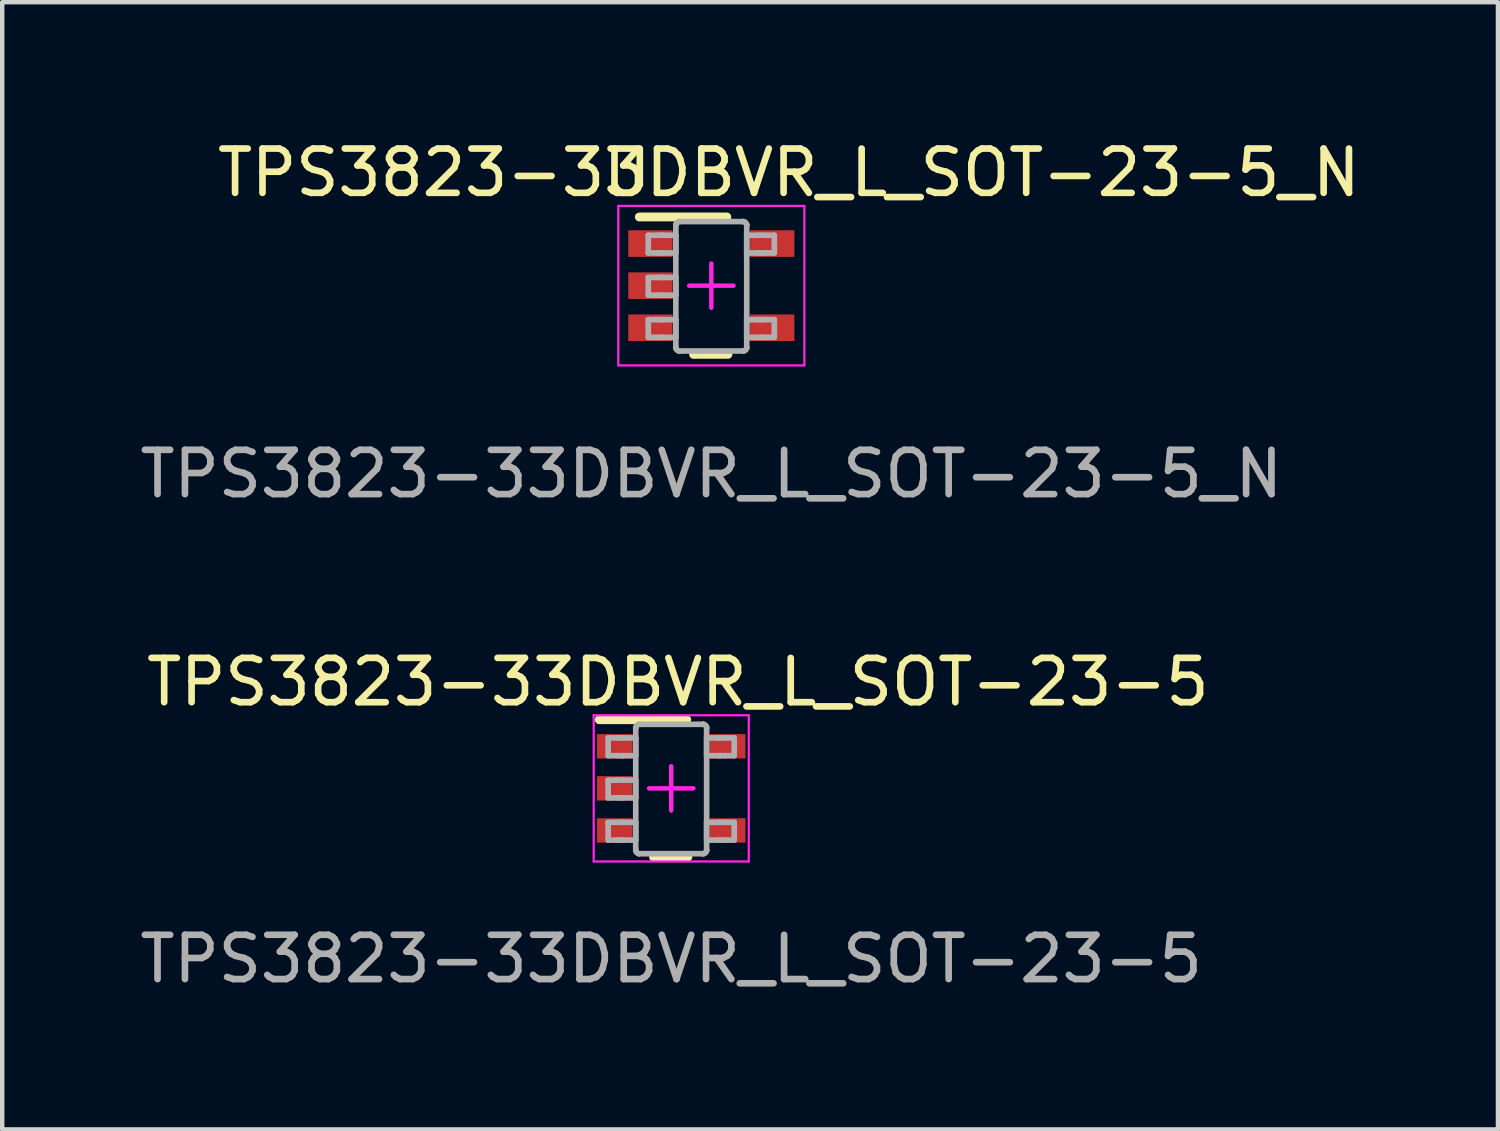
<source format=kicad_pcb>
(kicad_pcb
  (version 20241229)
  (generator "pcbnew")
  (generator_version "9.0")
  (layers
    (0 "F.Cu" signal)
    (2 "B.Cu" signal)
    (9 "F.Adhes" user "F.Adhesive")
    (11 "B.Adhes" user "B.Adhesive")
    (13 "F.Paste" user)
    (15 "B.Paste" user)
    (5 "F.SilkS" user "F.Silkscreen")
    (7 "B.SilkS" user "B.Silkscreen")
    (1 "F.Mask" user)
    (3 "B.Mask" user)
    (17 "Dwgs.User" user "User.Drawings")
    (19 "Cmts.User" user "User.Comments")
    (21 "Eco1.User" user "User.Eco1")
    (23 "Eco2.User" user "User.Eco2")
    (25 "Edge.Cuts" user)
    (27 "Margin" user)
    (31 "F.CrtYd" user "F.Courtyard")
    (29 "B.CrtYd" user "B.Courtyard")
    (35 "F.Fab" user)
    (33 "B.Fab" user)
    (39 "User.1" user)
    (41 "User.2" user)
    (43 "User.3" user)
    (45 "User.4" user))
  (footprint "TPS3823-33DBVR_L_SOT-23-5"
    (layer "F.Cu")
    (at 12.101 14.745)
    (property "Reference" "TPS3823-33DBVR_L_SOT-23-5" (at 0.15 -2.4 0) (unlocked yes) (layer "F.SilkS") (effects (font (size 1 1) (thickness 0.15))))
    (attr smd)
    (fp_line (start -1.625 -1.55) (end 0.35 -1.55) (stroke (width 0.2) (type solid)) (layer "F.SilkS"))
    (fp_line (start -0.4 1.55) (end 0.375 1.55) (stroke (width 0.2) (type solid)) (layer "F.SilkS"))
    (fp_line (start -1.75 -1.65) (end 1.75 -1.65) (stroke (width 0.05) (type solid)) (layer "F.CrtYd"))
    (fp_line (start -1.75 1.65) (end -1.75 -1.65) (stroke (width 0.05) (type solid)) (layer "F.CrtYd"))
    (fp_line (start -1.75 1.65) (end 1.75 1.65) (stroke (width 0.05) (type solid)) (layer "F.CrtYd"))
    (fp_line (start -0.5 0) (end 0.5 0) (stroke (width 0.1) (type solid)) (layer "F.CrtYd"))
    (fp_line (start 0 0.5) (end 0 -0.5) (stroke (width 0.1) (type solid)) (layer "F.CrtYd"))
    (fp_line (start 1.75 1.65) (end 1.75 -1.65) (stroke (width 0.05) (type solid)) (layer "F.CrtYd"))
    (fp_line (start -1.423 -1.138) (end -1.199 -1.138) (stroke (width 0.127) (type solid)) (layer "F.Fab"))
    (fp_line (start -1.423 -0.738) (end -1.423 -1.138) (stroke (width 0.127) (type solid)) (layer "F.Fab"))
    (fp_line (start -1.423 -0.738) (end -1.199 -0.738) (stroke (width 0.127) (type solid)) (layer "F.Fab"))
    (fp_line (start -1.423 -0.186) (end -1.199 -0.186) (stroke (width 0.127) (type solid)) (layer "F.Fab"))
    (fp_line (start -1.423 0.215) (end -1.423 -0.186) (stroke (width 0.127) (type solid)) (layer "F.Fab"))
    (fp_line (start -1.423 0.215) (end -1.199 0.215) (stroke (width 0.127) (type solid)) (layer "F.Fab"))
    (fp_line (start -1.423 0.767) (end -1.199 0.767) (stroke (width 0.127) (type solid)) (layer "F.Fab"))
    (fp_line (start -1.423 1.167) (end -1.423 0.767) (stroke (width 0.127) (type solid)) (layer "F.Fab"))
    (fp_line (start -1.423 1.167) (end -1.199 1.167) (stroke (width 0.127) (type solid)) (layer "F.Fab"))
    (fp_line (start -1.199 -1.138) (end -1.105 -1.138) (stroke (width 0.127) (type solid)) (layer "F.Fab"))
    (fp_line (start -1.199 -0.738) (end -1.105 -0.738) (stroke (width 0.127) (type solid)) (layer "F.Fab"))
    (fp_line (start -1.199 -0.186) (end -1.105 -0.186) (stroke (width 0.127) (type solid)) (layer "F.Fab"))
    (fp_line (start -1.199 0.215) (end -1.105 0.215) (stroke (width 0.127) (type solid)) (layer "F.Fab"))
    (fp_line (start -1.199 0.767) (end -1.105 0.767) (stroke (width 0.127) (type solid)) (layer "F.Fab"))
    (fp_line (start -1.199 1.167) (end -1.105 1.167) (stroke (width 0.127) (type solid)) (layer "F.Fab"))
    (fp_line (start -1.105 -1.138) (end -1.088 -1.138) (stroke (width 0.127) (type solid)) (layer "F.Fab"))
    (fp_line (start -1.105 -0.738) (end -1.088 -0.738) (stroke (width 0.127) (type solid)) (layer "F.Fab"))
    (fp_line (start -1.105 -0.186) (end -1.088 -0.186) (stroke (width 0.127) (type solid)) (layer "F.Fab"))
    (fp_line (start -1.105 0.215) (end -1.088 0.215) (stroke (width 0.127) (type solid)) (layer "F.Fab"))
    (fp_line (start -1.105 0.767) (end -1.088 0.767) (stroke (width 0.127) (type solid)) (layer "F.Fab"))
    (fp_line (start -1.105 1.167) (end -1.088 1.167) (stroke (width 0.127) (type solid)) (layer "F.Fab"))
    (fp_line (start -1.088 -1.138) (end -0.835 -1.138) (stroke (width 0.127) (type solid)) (layer "F.Fab"))
    (fp_line (start -1.088 -0.738) (end -0.835 -0.738) (stroke (width 0.127) (type solid)) (layer "F.Fab"))
    (fp_line (start -1.088 -0.186) (end -0.835 -0.186) (stroke (width 0.127) (type solid)) (layer "F.Fab"))
    (fp_line (start -1.088 0.215) (end -0.835 0.215) (stroke (width 0.127) (type solid)) (layer "F.Fab"))
    (fp_line (start -1.088 0.767) (end -0.835 0.767) (stroke (width 0.127) (type solid)) (layer "F.Fab"))
    (fp_line (start -1.088 1.167) (end -0.835 1.167) (stroke (width 0.127) (type solid)) (layer "F.Fab"))
    (fp_line (start -0.835 -1.138) (end -0.801 -1.138) (stroke (width 0.127) (type solid)) (layer "F.Fab"))
    (fp_line (start -0.835 -0.738) (end -0.801 -0.738) (stroke (width 0.127) (type solid)) (layer "F.Fab"))
    (fp_line (start -0.835 -0.186) (end -0.801 -0.186) (stroke (width 0.127) (type solid)) (layer "F.Fab"))
    (fp_line (start -0.835 0.215) (end -0.801 0.215) (stroke (width 0.127) (type solid)) (layer "F.Fab"))
    (fp_line (start -0.835 0.767) (end -0.801 0.767) (stroke (width 0.127) (type solid)) (layer "F.Fab"))
    (fp_line (start -0.835 1.167) (end -0.801 1.167) (stroke (width 0.127) (type solid)) (layer "F.Fab"))
    (fp_line (start -0.801 -1.37) (end -0.801 -1.371) (stroke (width 0.127) (type solid)) (layer "F.Fab"))
    (fp_line (start -0.801 -0.738) (end -0.801 -1.138) (stroke (width 0.127) (type solid)) (layer "F.Fab"))
    (fp_line (start -0.801 0.215) (end -0.801 -0.186) (stroke (width 0.127) (type solid)) (layer "F.Fab"))
    (fp_line (start -0.801 1.167) (end -0.801 0.767) (stroke (width 0.127) (type solid)) (layer "F.Fab"))
    (fp_line (start -0.801 1.399) (end -0.801 -1.37) (stroke (width 0.127) (type solid)) (layer "F.Fab"))
    (fp_line (start -0.801 1.4) (end -0.801 1.399) (stroke (width 0.127) (type solid)) (layer "F.Fab"))
    (fp_line (start -0.725 -1.446) (end -0.725 -1.446) (stroke (width 0.127) (type solid)) (layer "F.Fab"))
    (fp_line (start -0.725 1.475) (end -0.725 1.475) (stroke (width 0.127) (type solid)) (layer "F.Fab"))
    (fp_line (start -0.725 -1.446) (end 0.723 -1.446) (stroke (width 0.127) (type solid)) (layer "F.Fab"))
    (fp_line (start -0.725 1.475) (end 0.723 1.475) (stroke (width 0.127) (type solid)) (layer "F.Fab"))
    (fp_line (start 0.723 -1.446) (end 0.724 -1.446) (stroke (width 0.127) (type solid)) (layer "F.Fab"))
    (fp_line (start 0.723 1.475) (end 0.724 1.475) (stroke (width 0.127) (type solid)) (layer "F.Fab"))
    (fp_line (start 0.799 -1.37) (end 0.799 -1.371) (stroke (width 0.127) (type solid)) (layer "F.Fab"))
    (fp_line (start 0.799 -1.138) (end 0.834 -1.138) (stroke (width 0.127) (type solid)) (layer "F.Fab"))
    (fp_line (start 0.799 -0.738) (end 0.799 -1.138) (stroke (width 0.127) (type solid)) (layer "F.Fab"))
    (fp_line (start 0.799 -0.738) (end 0.834 -0.738) (stroke (width 0.127) (type solid)) (layer "F.Fab"))
    (fp_line (start 0.799 0.767) (end 0.834 0.767) (stroke (width 0.127) (type solid)) (layer "F.Fab"))
    (fp_line (start 0.799 1.167) (end 0.799 0.767) (stroke (width 0.127) (type solid)) (layer "F.Fab"))
    (fp_line (start 0.799 1.167) (end 0.834 1.167) (stroke (width 0.127) (type solid)) (layer "F.Fab"))
    (fp_line (start 0.799 1.399) (end 0.799 -1.37) (stroke (width 0.127) (type solid)) (layer "F.Fab"))
    (fp_line (start 0.799 1.4) (end 0.799 1.399) (stroke (width 0.127) (type solid)) (layer "F.Fab"))
    (fp_line (start 0.834 -1.138) (end 1.087 -1.138) (stroke (width 0.127) (type solid)) (layer "F.Fab"))
    (fp_line (start 0.834 -0.738) (end 1.087 -0.738) (stroke (width 0.127) (type solid)) (layer "F.Fab"))
    (fp_line (start 0.834 0.767) (end 1.087 0.767) (stroke (width 0.127) (type solid)) (layer "F.Fab"))
    (fp_line (start 0.834 1.167) (end 1.087 1.167) (stroke (width 0.127) (type solid)) (layer "F.Fab"))
    (fp_line (start 1.087 -1.138) (end 1.103 -1.138) (stroke (width 0.127) (type solid)) (layer "F.Fab"))
    (fp_line (start 1.087 -0.738) (end 1.103 -0.738) (stroke (width 0.127) (type solid)) (layer "F.Fab"))
    (fp_line (start 1.087 0.767) (end 1.103 0.767) (stroke (width 0.127) (type solid)) (layer "F.Fab"))
    (fp_line (start 1.087 1.167) (end 1.103 1.167) (stroke (width 0.127) (type solid)) (layer "F.Fab"))
    (fp_line (start 1.103 -1.138) (end 1.198 -1.138) (stroke (width 0.127) (type solid)) (layer "F.Fab"))
    (fp_line (start 1.103 -0.738) (end 1.198 -0.738) (stroke (width 0.127) (type solid)) (layer "F.Fab"))
    (fp_line (start 1.103 0.767) (end 1.198 0.767) (stroke (width 0.127) (type solid)) (layer "F.Fab"))
    (fp_line (start 1.103 1.167) (end 1.198 1.167) (stroke (width 0.127) (type solid)) (layer "F.Fab"))
    (fp_line (start 1.198 -1.138) (end 1.422 -1.138) (stroke (width 0.127) (type solid)) (layer "F.Fab"))
    (fp_line (start 1.198 -0.738) (end 1.422 -0.738) (stroke (width 0.127) (type solid)) (layer "F.Fab"))
    (fp_line (start 1.198 0.767) (end 1.422 0.767) (stroke (width 0.127) (type solid)) (layer "F.Fab"))
    (fp_line (start 1.198 1.167) (end 1.422 1.167) (stroke (width 0.127) (type solid)) (layer "F.Fab"))
    (fp_line (start 1.422 -0.738) (end 1.422 -1.138) (stroke (width 0.127) (type solid)) (layer "F.Fab"))
    (fp_line (start 1.422 1.167) (end 1.422 0.767) (stroke (width 0.127) (type solid)) (layer "F.Fab"))
    (fp_arc (start -0.80074 -1.37084) (mid -0.778218 -1.423887) (end -0.724999 -1.445998) (stroke (width 0.127) (type solid)) (layer "F.Fab"))
    (fp_arc (start -0.724999 1.475) (mid -0.778213 1.452901) (end -0.80074 1.399867) (stroke (width 0.127) (type solid)) (layer "F.Fab"))
    (fp_arc (start 0.723714 -1.445998) (mid 0.776933 -1.423887) (end 0.799455 -1.37084) (stroke (width 0.127) (type solid)) (layer "F.Fab"))
    (fp_arc (start 0.799455 1.399868) (mid 0.776927 1.452901) (end 0.723713 1.475) (stroke (width 0.127) (type solid)) (layer "F.Fab"))
    (fp_text user "${REFERENCE}" (at 0 3.85 0) (unlocked yes) (layer "F.Fab") (effects (font (size 1 1) (thickness 0.15))))
    (pad "1" smd rect (at -1.275 -0.95 90) (size 0.55 0.8) (layers "F.Cu" "F.Mask" "F.Paste"))
    (pad "2" smd rect (at -1.275 0 90) (size 0.55 0.8) (layers "F.Cu" "F.Mask" "F.Paste"))
    (pad "3" smd rect (at -1.275 0.95 90) (size 0.55 0.8) (layers "F.Cu" "F.Mask" "F.Paste"))
    (pad "4" smd rect (at 1.275 0.95 90) (size 0.55 0.8) (layers "F.Cu" "F.Mask" "F.Paste"))
    (pad "5" smd rect (at 1.275 -0.95 90) (size 0.55 0.8) (layers "F.Cu" "F.Mask" "F.Paste")))
  (footprint "TPS3823-33DBVR_L_SOT-23-5_N"
    (layer "F.Cu")
    (at 13.006 3.398)
    (property "Reference" "TPS3823-33DBVR_L_SOT-23-5_N" (at 1.75 -2.55 0) (unlocked yes) (layer "F.SilkS") (effects (font (size 1 1) (thickness 0.15))))
    (attr smd)
    (fp_line (start -1.625 -1.55) (end 0.35 -1.55) (stroke (width 0.2) (type solid)) (layer "F.SilkS"))
    (fp_line (start -0.4 1.55) (end 0.375 1.55) (stroke (width 0.2) (type solid)) (layer "F.SilkS"))
    (fp_line (start -2.1 -1.8) (end 2.1 -1.8) (stroke (width 0.05) (type solid)) (layer "F.CrtYd"))
    (fp_line (start -2.1 1.8) (end -2.1 -1.8) (stroke (width 0.05) (type solid)) (layer "F.CrtYd"))
    (fp_line (start -2.1 1.8) (end 2.1 1.8) (stroke (width 0.05) (type solid)) (layer "F.CrtYd"))
    (fp_line (start -0.5 0) (end 0.5 0) (stroke (width 0.1) (type solid)) (layer "F.CrtYd"))
    (fp_line (start 0 0.5) (end 0 -0.5) (stroke (width 0.1) (type solid)) (layer "F.CrtYd"))
    (fp_line (start 2.1 1.8) (end 2.1 -1.8) (stroke (width 0.05) (type solid)) (layer "F.CrtYd"))
    (fp_line (start -1.423 -1.138) (end -1.199 -1.138) (stroke (width 0.127) (type solid)) (layer "F.Fab"))
    (fp_line (start -1.423 -0.738) (end -1.423 -1.138) (stroke (width 0.127) (type solid)) (layer "F.Fab"))
    (fp_line (start -1.423 -0.738) (end -1.199 -0.738) (stroke (width 0.127) (type solid)) (layer "F.Fab"))
    (fp_line (start -1.423 -0.186) (end -1.199 -0.186) (stroke (width 0.127) (type solid)) (layer "F.Fab"))
    (fp_line (start -1.423 0.215) (end -1.423 -0.186) (stroke (width 0.127) (type solid)) (layer "F.Fab"))
    (fp_line (start -1.423 0.215) (end -1.199 0.215) (stroke (width 0.127) (type solid)) (layer "F.Fab"))
    (fp_line (start -1.423 0.767) (end -1.199 0.767) (stroke (width 0.127) (type solid)) (layer "F.Fab"))
    (fp_line (start -1.423 1.167) (end -1.423 0.767) (stroke (width 0.127) (type solid)) (layer "F.Fab"))
    (fp_line (start -1.423 1.167) (end -1.199 1.167) (stroke (width 0.127) (type solid)) (layer "F.Fab"))
    (fp_line (start -1.199 -1.138) (end -1.105 -1.138) (stroke (width 0.127) (type solid)) (layer "F.Fab"))
    (fp_line (start -1.199 -0.738) (end -1.105 -0.738) (stroke (width 0.127) (type solid)) (layer "F.Fab"))
    (fp_line (start -1.199 -0.186) (end -1.105 -0.186) (stroke (width 0.127) (type solid)) (layer "F.Fab"))
    (fp_line (start -1.199 0.215) (end -1.105 0.215) (stroke (width 0.127) (type solid)) (layer "F.Fab"))
    (fp_line (start -1.199 0.767) (end -1.105 0.767) (stroke (width 0.127) (type solid)) (layer "F.Fab"))
    (fp_line (start -1.199 1.167) (end -1.105 1.167) (stroke (width 0.127) (type solid)) (layer "F.Fab"))
    (fp_line (start -1.105 -1.138) (end -1.088 -1.138) (stroke (width 0.127) (type solid)) (layer "F.Fab"))
    (fp_line (start -1.105 -0.738) (end -1.088 -0.738) (stroke (width 0.127) (type solid)) (layer "F.Fab"))
    (fp_line (start -1.105 -0.186) (end -1.088 -0.186) (stroke (width 0.127) (type solid)) (layer "F.Fab"))
    (fp_line (start -1.105 0.215) (end -1.088 0.215) (stroke (width 0.127) (type solid)) (layer "F.Fab"))
    (fp_line (start -1.105 0.767) (end -1.088 0.767) (stroke (width 0.127) (type solid)) (layer "F.Fab"))
    (fp_line (start -1.105 1.167) (end -1.088 1.167) (stroke (width 0.127) (type solid)) (layer "F.Fab"))
    (fp_line (start -1.088 -1.138) (end -0.835 -1.138) (stroke (width 0.127) (type solid)) (layer "F.Fab"))
    (fp_line (start -1.088 -0.738) (end -0.835 -0.738) (stroke (width 0.127) (type solid)) (layer "F.Fab"))
    (fp_line (start -1.088 -0.186) (end -0.835 -0.186) (stroke (width 0.127) (type solid)) (layer "F.Fab"))
    (fp_line (start -1.088 0.215) (end -0.835 0.215) (stroke (width 0.127) (type solid)) (layer "F.Fab"))
    (fp_line (start -1.088 0.767) (end -0.835 0.767) (stroke (width 0.127) (type solid)) (layer "F.Fab"))
    (fp_line (start -1.088 1.167) (end -0.835 1.167) (stroke (width 0.127) (type solid)) (layer "F.Fab"))
    (fp_line (start -0.835 -1.138) (end -0.801 -1.138) (stroke (width 0.127) (type solid)) (layer "F.Fab"))
    (fp_line (start -0.835 -0.738) (end -0.801 -0.738) (stroke (width 0.127) (type solid)) (layer "F.Fab"))
    (fp_line (start -0.835 -0.186) (end -0.801 -0.186) (stroke (width 0.127) (type solid)) (layer "F.Fab"))
    (fp_line (start -0.835 0.215) (end -0.801 0.215) (stroke (width 0.127) (type solid)) (layer "F.Fab"))
    (fp_line (start -0.835 0.767) (end -0.801 0.767) (stroke (width 0.127) (type solid)) (layer "F.Fab"))
    (fp_line (start -0.835 1.167) (end -0.801 1.167) (stroke (width 0.127) (type solid)) (layer "F.Fab"))
    (fp_line (start -0.801 -1.37) (end -0.801 -1.371) (stroke (width 0.127) (type solid)) (layer "F.Fab"))
    (fp_line (start -0.801 -0.738) (end -0.801 -1.138) (stroke (width 0.127) (type solid)) (layer "F.Fab"))
    (fp_line (start -0.801 0.215) (end -0.801 -0.186) (stroke (width 0.127) (type solid)) (layer "F.Fab"))
    (fp_line (start -0.801 1.167) (end -0.801 0.767) (stroke (width 0.127) (type solid)) (layer "F.Fab"))
    (fp_line (start -0.801 1.399) (end -0.801 -1.37) (stroke (width 0.127) (type solid)) (layer "F.Fab"))
    (fp_line (start -0.801 1.4) (end -0.801 1.399) (stroke (width 0.127) (type solid)) (layer "F.Fab"))
    (fp_line (start -0.725 -1.446) (end -0.725 -1.446) (stroke (width 0.127) (type solid)) (layer "F.Fab"))
    (fp_line (start -0.725 1.475) (end -0.725 1.475) (stroke (width 0.127) (type solid)) (layer "F.Fab"))
    (fp_line (start -0.725 -1.446) (end 0.723 -1.446) (stroke (width 0.127) (type solid)) (layer "F.Fab"))
    (fp_line (start -0.725 1.475) (end 0.723 1.475) (stroke (width 0.127) (type solid)) (layer "F.Fab"))
    (fp_line (start 0.723 -1.446) (end 0.724 -1.446) (stroke (width 0.127) (type solid)) (layer "F.Fab"))
    (fp_line (start 0.723 1.475) (end 0.724 1.475) (stroke (width 0.127) (type solid)) (layer "F.Fab"))
    (fp_line (start 0.799 -1.37) (end 0.799 -1.371) (stroke (width 0.127) (type solid)) (layer "F.Fab"))
    (fp_line (start 0.799 -1.138) (end 0.834 -1.138) (stroke (width 0.127) (type solid)) (layer "F.Fab"))
    (fp_line (start 0.799 -0.738) (end 0.799 -1.138) (stroke (width 0.127) (type solid)) (layer "F.Fab"))
    (fp_line (start 0.799 -0.738) (end 0.834 -0.738) (stroke (width 0.127) (type solid)) (layer "F.Fab"))
    (fp_line (start 0.799 0.767) (end 0.834 0.767) (stroke (width 0.127) (type solid)) (layer "F.Fab"))
    (fp_line (start 0.799 1.167) (end 0.799 0.767) (stroke (width 0.127) (type solid)) (layer "F.Fab"))
    (fp_line (start 0.799 1.167) (end 0.834 1.167) (stroke (width 0.127) (type solid)) (layer "F.Fab"))
    (fp_line (start 0.799 1.399) (end 0.799 -1.37) (stroke (width 0.127) (type solid)) (layer "F.Fab"))
    (fp_line (start 0.799 1.4) (end 0.799 1.399) (stroke (width 0.127) (type solid)) (layer "F.Fab"))
    (fp_line (start 0.834 -1.138) (end 1.087 -1.138) (stroke (width 0.127) (type solid)) (layer "F.Fab"))
    (fp_line (start 0.834 -0.738) (end 1.087 -0.738) (stroke (width 0.127) (type solid)) (layer "F.Fab"))
    (fp_line (start 0.834 0.767) (end 1.087 0.767) (stroke (width 0.127) (type solid)) (layer "F.Fab"))
    (fp_line (start 0.834 1.167) (end 1.087 1.167) (stroke (width 0.127) (type solid)) (layer "F.Fab"))
    (fp_line (start 1.087 -1.138) (end 1.103 -1.138) (stroke (width 0.127) (type solid)) (layer "F.Fab"))
    (fp_line (start 1.087 -0.738) (end 1.103 -0.738) (stroke (width 0.127) (type solid)) (layer "F.Fab"))
    (fp_line (start 1.087 0.767) (end 1.103 0.767) (stroke (width 0.127) (type solid)) (layer "F.Fab"))
    (fp_line (start 1.087 1.167) (end 1.103 1.167) (stroke (width 0.127) (type solid)) (layer "F.Fab"))
    (fp_line (start 1.103 -1.138) (end 1.198 -1.138) (stroke (width 0.127) (type solid)) (layer "F.Fab"))
    (fp_line (start 1.103 -0.738) (end 1.198 -0.738) (stroke (width 0.127) (type solid)) (layer "F.Fab"))
    (fp_line (start 1.103 0.767) (end 1.198 0.767) (stroke (width 0.127) (type solid)) (layer "F.Fab"))
    (fp_line (start 1.103 1.167) (end 1.198 1.167) (stroke (width 0.127) (type solid)) (layer "F.Fab"))
    (fp_line (start 1.198 -1.138) (end 1.422 -1.138) (stroke (width 0.127) (type solid)) (layer "F.Fab"))
    (fp_line (start 1.198 -0.738) (end 1.422 -0.738) (stroke (width 0.127) (type solid)) (layer "F.Fab"))
    (fp_line (start 1.198 0.767) (end 1.422 0.767) (stroke (width 0.127) (type solid)) (layer "F.Fab"))
    (fp_line (start 1.198 1.167) (end 1.422 1.167) (stroke (width 0.127) (type solid)) (layer "F.Fab"))
    (fp_line (start 1.422 -0.738) (end 1.422 -1.138) (stroke (width 0.127) (type solid)) (layer "F.Fab"))
    (fp_line (start 1.422 1.167) (end 1.422 0.767) (stroke (width 0.127) (type solid)) (layer "F.Fab"))
    (fp_arc (start -0.80074 -1.37084) (mid -0.778218 -1.423887) (end -0.724999 -1.445998) (stroke (width 0.127) (type solid)) (layer "F.Fab"))
    (fp_arc (start -0.724999 1.475) (mid -0.778213 1.452901) (end -0.80074 1.399867) (stroke (width 0.127) (type solid)) (layer "F.Fab"))
    (fp_arc (start 0.723714 -1.445998) (mid 0.776933 -1.423887) (end 0.799455 -1.37084) (stroke (width 0.127) (type solid)) (layer "F.Fab"))
    (fp_arc (start 0.799455 1.399868) (mid 0.776927 1.452901) (end 0.723713 1.475) (stroke (width 0.127) (type solid)) (layer "F.Fab"))
    (fp_text user "U" (at -1.9 -2.55 0) (unlocked yes) (layer "F.SilkS") (effects (font (size 1 1) (thickness 0.15))))
    (fp_text user "${REFERENCE}" (at 0 4.25 0) (unlocked yes) (layer "F.Fab") (effects (font (size 1 1) (thickness 0.15))))
    (pad "1" smd rect (at -1.375 -0.95 90) (size 0.6 1) (layers "F.Cu" "F.Mask" "F.Paste"))
    (pad "2" smd rect (at -1.375 0 90) (size 0.6 1) (layers "F.Cu" "F.Mask" "F.Paste"))
    (pad "3" smd rect (at -1.375 0.95 90) (size 0.6 1) (layers "F.Cu" "F.Mask" "F.Paste"))
    (pad "4" smd rect (at 1.375 0.95 90) (size 0.6 1) (layers "F.Cu" "F.Mask" "F.Paste"))
    (pad "5" smd rect (at 1.375 -0.95 90) (size 0.6 1) (layers "F.Cu" "F.Mask" "F.Paste")))
  (gr_rect
    (start -3 -3)
    (end 30.762 22.443)
    (stroke (width 0.1) (type default))
    (fill no)
    (layer "Edge.Cuts")))
</source>
